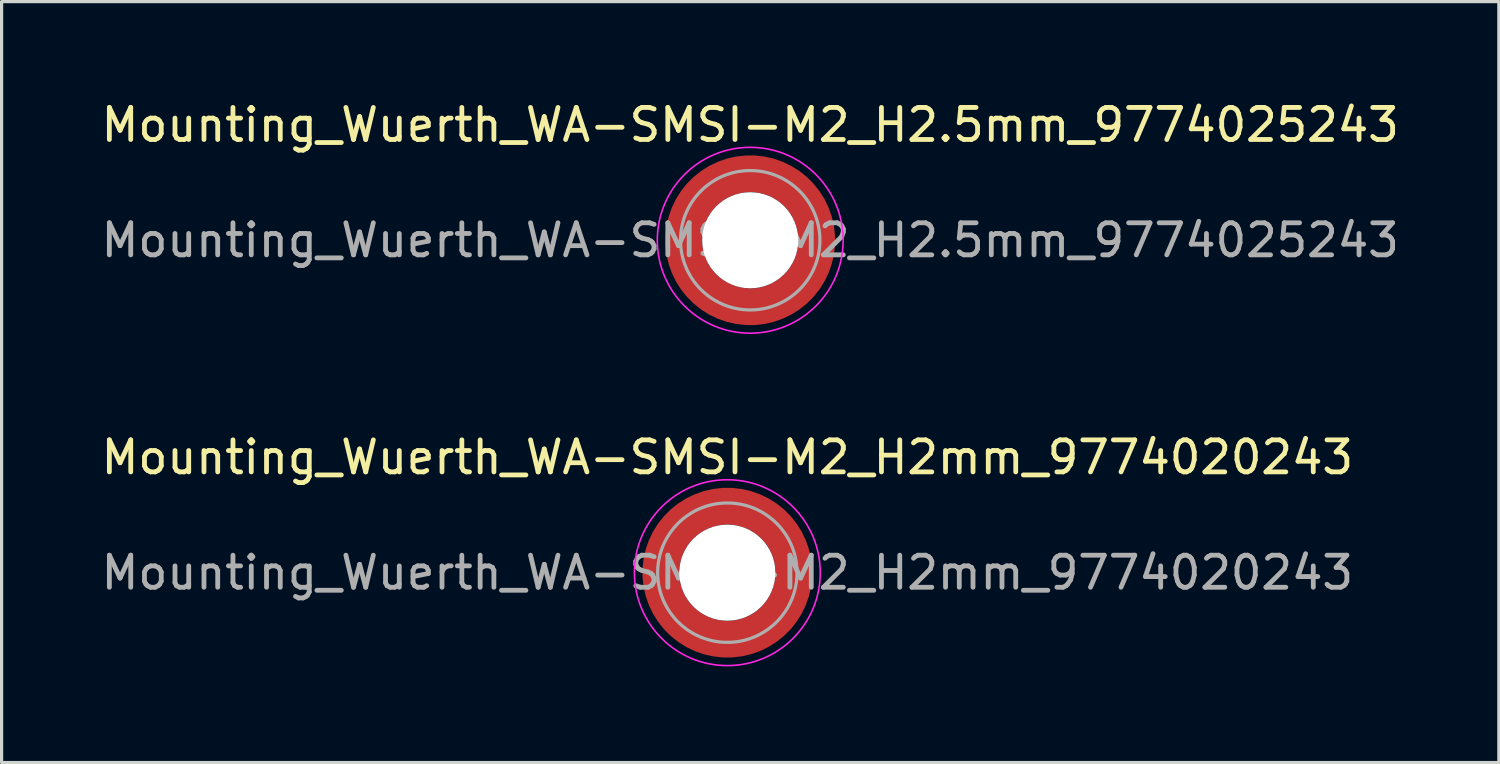
<source format=kicad_pcb>
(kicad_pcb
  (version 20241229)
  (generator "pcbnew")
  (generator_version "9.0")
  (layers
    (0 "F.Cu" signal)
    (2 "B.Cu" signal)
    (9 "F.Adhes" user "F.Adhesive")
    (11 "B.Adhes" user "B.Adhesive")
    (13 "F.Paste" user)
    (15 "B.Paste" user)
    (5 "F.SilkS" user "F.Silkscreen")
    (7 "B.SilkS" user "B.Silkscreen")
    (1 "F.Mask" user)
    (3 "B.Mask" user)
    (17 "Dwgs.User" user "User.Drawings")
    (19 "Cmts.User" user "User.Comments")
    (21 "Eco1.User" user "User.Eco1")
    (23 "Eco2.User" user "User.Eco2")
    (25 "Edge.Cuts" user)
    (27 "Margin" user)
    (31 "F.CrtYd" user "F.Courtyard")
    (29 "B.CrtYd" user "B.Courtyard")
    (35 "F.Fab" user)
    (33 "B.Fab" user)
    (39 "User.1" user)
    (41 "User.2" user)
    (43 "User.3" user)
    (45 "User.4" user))
  (footprint "Mounting_Wuerth_WA-SMSI-M2_H2.5mm_9774025243"
    (layer "F.Cu")
    (at 20.363 4.448)
    (property "Reference" "Mounting_Wuerth_WA-SMSI-M2_H2.5mm_9774025243" (at 0 -3.6 0) (layer "F.SilkS") (effects (font (size 1 1) (thickness 0.15))))
    (attr smd)
    (fp_circle (center 0 0) (end 2.9 0) (stroke (width 0.05) (type solid)) (fill no) (layer "F.CrtYd"))
    (fp_circle (center 0 0) (end 2.175 0) (stroke (width 0.1) (type solid)) (fill no) (layer "F.Fab"))
    (fp_text user "${REFERENCE}" (at 0 0 0) (layer "F.Fab") (effects (font (size 1 1) (thickness 0.15))))
    (pad "" smd custom (at -1.453 -1.453) (size 0.61 0.61) (layers "F.Paste") (options (anchor circle)) (primitives (gr_arc (start -0.147677 1.053104) (mid 0.286378 0.286378) (end 1.053104 -0.147677) (width 0.2)) (gr_arc (start -0.240295 1.053104) (mid 0.222738 0.222738) (end 1.053104 -0.240295) (width 0.2)) (gr_arc (start -0.332645 1.053104) (mid 0.159099 0.159099) (end 1.053104 -0.332645) (width 0.2)) (gr_arc (start -0.424767 1.053104) (mid 0.095459 0.095459) (end 1.053104 -0.424767) (width 0.2)) (gr_arc (start -0.516693 1.053104) (mid 0.031819 0.031819) (end 1.053104 -0.516693) (width 0.2)) (gr_arc (start -0.608448 1.053104) (mid -0.03182 -0.03182) (end 1.053104 -0.608448) (width 0.2)) (gr_arc (start -0.700056 1.053104) (mid -0.09546 -0.09546) (end 1.053104 -0.700056) (width 0.2)) (gr_arc (start -0.791534 1.053104) (mid -0.159099 -0.159099) (end 1.053104 -0.791534) (width 0.2)) (gr_arc (start -0.882896 1.053104) (mid -0.222738 -0.222738) (end 1.053104 -0.882896) (width 0.2)) (gr_arc (start -0.974157 1.053104) (mid -0.286378 -0.286378) (end 1.053104 -0.974157) (width 0.2)) (gr_line (start 1.053 -0.148) (end 1.053 -0.974) (width 0.2)) (gr_line (start -0.148 1.053) (end -0.974 1.053) (width 0.2))))
    (pad "" smd custom (at -1.453 1.453) (size 0.61 0.61) (layers "F.Paste") (options (anchor circle)) (primitives (gr_arc (start 1.053104 0.147677) (mid 0.286378 -0.286378) (end -0.147677 -1.053104) (width 0.2)) (gr_arc (start 1.053104 0.240295) (mid 0.222738 -0.222738) (end -0.240295 -1.053104) (width 0.2)) (gr_arc (start 1.053104 0.332645) (mid 0.159099 -0.159099) (end -0.332645 -1.053104) (width 0.2)) (gr_arc (start 1.053104 0.424767) (mid 0.095459 -0.095459) (end -0.424767 -1.053104) (width 0.2)) (gr_arc (start 1.053104 0.516693) (mid 0.031819 -0.031819) (end -0.516693 -1.053104) (width 0.2)) (gr_arc (start 1.053104 0.608448) (mid -0.03182 0.03182) (end -0.608448 -1.053104) (width 0.2)) (gr_arc (start 1.053104 0.700056) (mid -0.09546 0.09546) (end -0.700056 -1.053104) (width 0.2)) (gr_arc (start 1.053104 0.791534) (mid -0.159099 0.159099) (end -0.791534 -1.053104) (width 0.2)) (gr_arc (start 1.053104 0.882896) (mid -0.222738 0.222738) (end -0.882896 -1.053104) (width 0.2)) (gr_arc (start 1.053104 0.974157) (mid -0.286378 0.286378) (end -0.974157 -1.053104) (width 0.2)) (gr_line (start -0.148 -1.053) (end -0.974 -1.053) (width 0.2)) (gr_line (start 1.053 0.148) (end 1.053 0.974) (width 0.2))))
    (pad "" np_thru_hole circle (at 0 0) (size 3 3) (drill 3) (layers "*.Cu" "*.Mask"))
    (pad "" smd custom (at 1.453 -1.453) (size 0.61 0.61) (layers "F.Paste") (options (anchor circle)) (primitives (gr_arc (start -1.053104 -0.147677) (mid -0.286378 0.286378) (end 0.147677 1.053104) (width 0.2)) (gr_arc (start -1.053104 -0.240295) (mid -0.222738 0.222738) (end 0.240295 1.053104) (width 0.2)) (gr_arc (start -1.053104 -0.332645) (mid -0.159099 0.159099) (end 0.332645 1.053104) (width 0.2)) (gr_arc (start -1.053104 -0.424767) (mid -0.095459 0.095459) (end 0.424767 1.053104) (width 0.2)) (gr_arc (start -1.053104 -0.516693) (mid -0.031819 0.031819) (end 0.516693 1.053104) (width 0.2)) (gr_arc (start -1.053104 -0.608448) (mid 0.03182 -0.03182) (end 0.608448 1.053104) (width 0.2)) (gr_arc (start -1.053104 -0.700056) (mid 0.09546 -0.09546) (end 0.700056 1.053104) (width 0.2)) (gr_arc (start -1.053104 -0.791534) (mid 0.159099 -0.159099) (end 0.791534 1.053104) (width 0.2)) (gr_arc (start -1.053104 -0.882896) (mid 0.222738 -0.222738) (end 0.882896 1.053104) (width 0.2)) (gr_arc (start -1.053104 -0.974157) (mid 0.286378 -0.286378) (end 0.974157 1.053104) (width 0.2)) (gr_line (start 0.148 1.053) (end 0.974 1.053) (width 0.2)) (gr_line (start -1.053 -0.148) (end -1.053 -0.974) (width 0.2))))
    (pad "" smd custom (at 1.453 1.453) (size 0.61 0.61) (layers "F.Paste") (options (anchor circle)) (primitives (gr_arc (start 0.147677 -1.053104) (mid -0.286378 -0.286378) (end -1.053104 0.147677) (width 0.2)) (gr_arc (start 0.240295 -1.053104) (mid -0.222738 -0.222738) (end -1.053104 0.240295) (width 0.2)) (gr_arc (start 0.332645 -1.053104) (mid -0.159099 -0.159099) (end -1.053104 0.332645) (width 0.2)) (gr_arc (start 0.424767 -1.053104) (mid -0.095459 -0.095459) (end -1.053104 0.424767) (width 0.2)) (gr_arc (start 0.516693 -1.053104) (mid -0.031819 -0.031819) (end -1.053104 0.516693) (width 0.2)) (gr_arc (start 0.608448 -1.053104) (mid 0.03182 0.03182) (end -1.053104 0.608448) (width 0.2)) (gr_arc (start 0.700056 -1.053104) (mid 0.09546 0.09546) (end -1.053104 0.700056) (width 0.2)) (gr_arc (start 0.791534 -1.053104) (mid 0.159099 0.159099) (end -1.053104 0.791534) (width 0.2)) (gr_arc (start 0.882896 -1.053104) (mid 0.222738 0.222738) (end -1.053104 0.882896) (width 0.2)) (gr_arc (start 0.974157 -1.053104) (mid 0.286378 0.286378) (end -1.053104 0.974157) (width 0.2)) (gr_line (start -1.053 0.148) (end -1.053 0.974) (width 0.2)) (gr_line (start 0.148 -1.053) (end 0.974 -1.053) (width 0.2))))
    (pad "1" smd circle (at -2.075 0) (size 0.75 0.75) (layers "F.Cu"))
    (pad "1" smd circle (at 0 -2.075) (size 0.75 0.75) (layers "F.Cu"))
    (pad "1" smd circle (at 0 2.075) (size 0.75 0.75) (layers "F.Cu"))
    (pad "1" smd custom (at 2.075 0) (size 0.75 0.75) (layers "F.Cu" "F.Mask") (options (anchor circle)) (primitives (gr_circle (center -2.075 0) (end 0 0) (width 1.15) (fill no)))))
  (footprint "Mounting_Wuerth_WA-SMSI-M2_H2mm_9774020243"
    (layer "F.Cu")
    (at 19.649 14.822)
    (property "Reference" "Mounting_Wuerth_WA-SMSI-M2_H2mm_9774020243" (at 0 -3.6 0) (layer "F.SilkS") (effects (font (size 1 1) (thickness 0.15))))
    (attr smd)
    (fp_circle (center 0 0) (end 2.9 0) (stroke (width 0.05) (type solid)) (fill no) (layer "F.CrtYd"))
    (fp_circle (center 0 0) (end 2.175 0) (stroke (width 0.1) (type solid)) (fill no) (layer "F.Fab"))
    (fp_text user "${REFERENCE}" (at 0 0 0) (layer "F.Fab") (effects (font (size 1 1) (thickness 0.15))))
    (pad "" smd custom (at -1.453 -1.453) (size 0.61 0.61) (layers "F.Paste") (options (anchor circle)) (primitives (gr_arc (start -0.147677 1.053104) (mid 0.286378 0.286378) (end 1.053104 -0.147677) (width 0.2)) (gr_arc (start -0.240295 1.053104) (mid 0.222738 0.222738) (end 1.053104 -0.240295) (width 0.2)) (gr_arc (start -0.332645 1.053104) (mid 0.159099 0.159099) (end 1.053104 -0.332645) (width 0.2)) (gr_arc (start -0.424767 1.053104) (mid 0.095459 0.095459) (end 1.053104 -0.424767) (width 0.2)) (gr_arc (start -0.516693 1.053104) (mid 0.031819 0.031819) (end 1.053104 -0.516693) (width 0.2)) (gr_arc (start -0.608448 1.053104) (mid -0.03182 -0.03182) (end 1.053104 -0.608448) (width 0.2)) (gr_arc (start -0.700056 1.053104) (mid -0.09546 -0.09546) (end 1.053104 -0.700056) (width 0.2)) (gr_arc (start -0.791534 1.053104) (mid -0.159099 -0.159099) (end 1.053104 -0.791534) (width 0.2)) (gr_arc (start -0.882896 1.053104) (mid -0.222738 -0.222738) (end 1.053104 -0.882896) (width 0.2)) (gr_arc (start -0.974157 1.053104) (mid -0.286378 -0.286378) (end 1.053104 -0.974157) (width 0.2)) (gr_line (start 1.053 -0.148) (end 1.053 -0.974) (width 0.2)) (gr_line (start -0.148 1.053) (end -0.974 1.053) (width 0.2))))
    (pad "" smd custom (at -1.453 1.453) (size 0.61 0.61) (layers "F.Paste") (options (anchor circle)) (primitives (gr_arc (start 1.053104 0.147677) (mid 0.286378 -0.286378) (end -0.147677 -1.053104) (width 0.2)) (gr_arc (start 1.053104 0.240295) (mid 0.222738 -0.222738) (end -0.240295 -1.053104) (width 0.2)) (gr_arc (start 1.053104 0.332645) (mid 0.159099 -0.159099) (end -0.332645 -1.053104) (width 0.2)) (gr_arc (start 1.053104 0.424767) (mid 0.095459 -0.095459) (end -0.424767 -1.053104) (width 0.2)) (gr_arc (start 1.053104 0.516693) (mid 0.031819 -0.031819) (end -0.516693 -1.053104) (width 0.2)) (gr_arc (start 1.053104 0.608448) (mid -0.03182 0.03182) (end -0.608448 -1.053104) (width 0.2)) (gr_arc (start 1.053104 0.700056) (mid -0.09546 0.09546) (end -0.700056 -1.053104) (width 0.2)) (gr_arc (start 1.053104 0.791534) (mid -0.159099 0.159099) (end -0.791534 -1.053104) (width 0.2)) (gr_arc (start 1.053104 0.882896) (mid -0.222738 0.222738) (end -0.882896 -1.053104) (width 0.2)) (gr_arc (start 1.053104 0.974157) (mid -0.286378 0.286378) (end -0.974157 -1.053104) (width 0.2)) (gr_line (start -0.148 -1.053) (end -0.974 -1.053) (width 0.2)) (gr_line (start 1.053 0.148) (end 1.053 0.974) (width 0.2))))
    (pad "" np_thru_hole circle (at 0 0) (size 3 3) (drill 3) (layers "*.Cu" "*.Mask"))
    (pad "" smd custom (at 1.453 -1.453) (size 0.61 0.61) (layers "F.Paste") (options (anchor circle)) (primitives (gr_arc (start -1.053104 -0.147677) (mid -0.286378 0.286378) (end 0.147677 1.053104) (width 0.2)) (gr_arc (start -1.053104 -0.240295) (mid -0.222738 0.222738) (end 0.240295 1.053104) (width 0.2)) (gr_arc (start -1.053104 -0.332645) (mid -0.159099 0.159099) (end 0.332645 1.053104) (width 0.2)) (gr_arc (start -1.053104 -0.424767) (mid -0.095459 0.095459) (end 0.424767 1.053104) (width 0.2)) (gr_arc (start -1.053104 -0.516693) (mid -0.031819 0.031819) (end 0.516693 1.053104) (width 0.2)) (gr_arc (start -1.053104 -0.608448) (mid 0.03182 -0.03182) (end 0.608448 1.053104) (width 0.2)) (gr_arc (start -1.053104 -0.700056) (mid 0.09546 -0.09546) (end 0.700056 1.053104) (width 0.2)) (gr_arc (start -1.053104 -0.791534) (mid 0.159099 -0.159099) (end 0.791534 1.053104) (width 0.2)) (gr_arc (start -1.053104 -0.882896) (mid 0.222738 -0.222738) (end 0.882896 1.053104) (width 0.2)) (gr_arc (start -1.053104 -0.974157) (mid 0.286378 -0.286378) (end 0.974157 1.053104) (width 0.2)) (gr_line (start 0.148 1.053) (end 0.974 1.053) (width 0.2)) (gr_line (start -1.053 -0.148) (end -1.053 -0.974) (width 0.2))))
    (pad "" smd custom (at 1.453 1.453) (size 0.61 0.61) (layers "F.Paste") (options (anchor circle)) (primitives (gr_arc (start 0.147677 -1.053104) (mid -0.286378 -0.286378) (end -1.053104 0.147677) (width 0.2)) (gr_arc (start 0.240295 -1.053104) (mid -0.222738 -0.222738) (end -1.053104 0.240295) (width 0.2)) (gr_arc (start 0.332645 -1.053104) (mid -0.159099 -0.159099) (end -1.053104 0.332645) (width 0.2)) (gr_arc (start 0.424767 -1.053104) (mid -0.095459 -0.095459) (end -1.053104 0.424767) (width 0.2)) (gr_arc (start 0.516693 -1.053104) (mid -0.031819 -0.031819) (end -1.053104 0.516693) (width 0.2)) (gr_arc (start 0.608448 -1.053104) (mid 0.03182 0.03182) (end -1.053104 0.608448) (width 0.2)) (gr_arc (start 0.700056 -1.053104) (mid 0.09546 0.09546) (end -1.053104 0.700056) (width 0.2)) (gr_arc (start 0.791534 -1.053104) (mid 0.159099 0.159099) (end -1.053104 0.791534) (width 0.2)) (gr_arc (start 0.882896 -1.053104) (mid 0.222738 0.222738) (end -1.053104 0.882896) (width 0.2)) (gr_arc (start 0.974157 -1.053104) (mid 0.286378 0.286378) (end -1.053104 0.974157) (width 0.2)) (gr_line (start -1.053 0.148) (end -1.053 0.974) (width 0.2)) (gr_line (start 0.148 -1.053) (end 0.974 -1.053) (width 0.2))))
    (pad "1" smd circle (at -2.075 0) (size 0.75 0.75) (layers "F.Cu"))
    (pad "1" smd circle (at 0 -2.075) (size 0.75 0.75) (layers "F.Cu"))
    (pad "1" smd circle (at 0 2.075) (size 0.75 0.75) (layers "F.Cu"))
    (pad "1" smd custom (at 2.075 0) (size 0.75 0.75) (layers "F.Cu" "F.Mask") (options (anchor circle)) (primitives (gr_circle (center -2.075 0) (end 0 0) (width 1.15) (fill no)))))
  (gr_rect
    (start -3 -3)
    (end 43.726 20.747)
    (stroke (width 0.1) (type default))
    (fill no)
    (layer "Edge.Cuts")))
</source>
